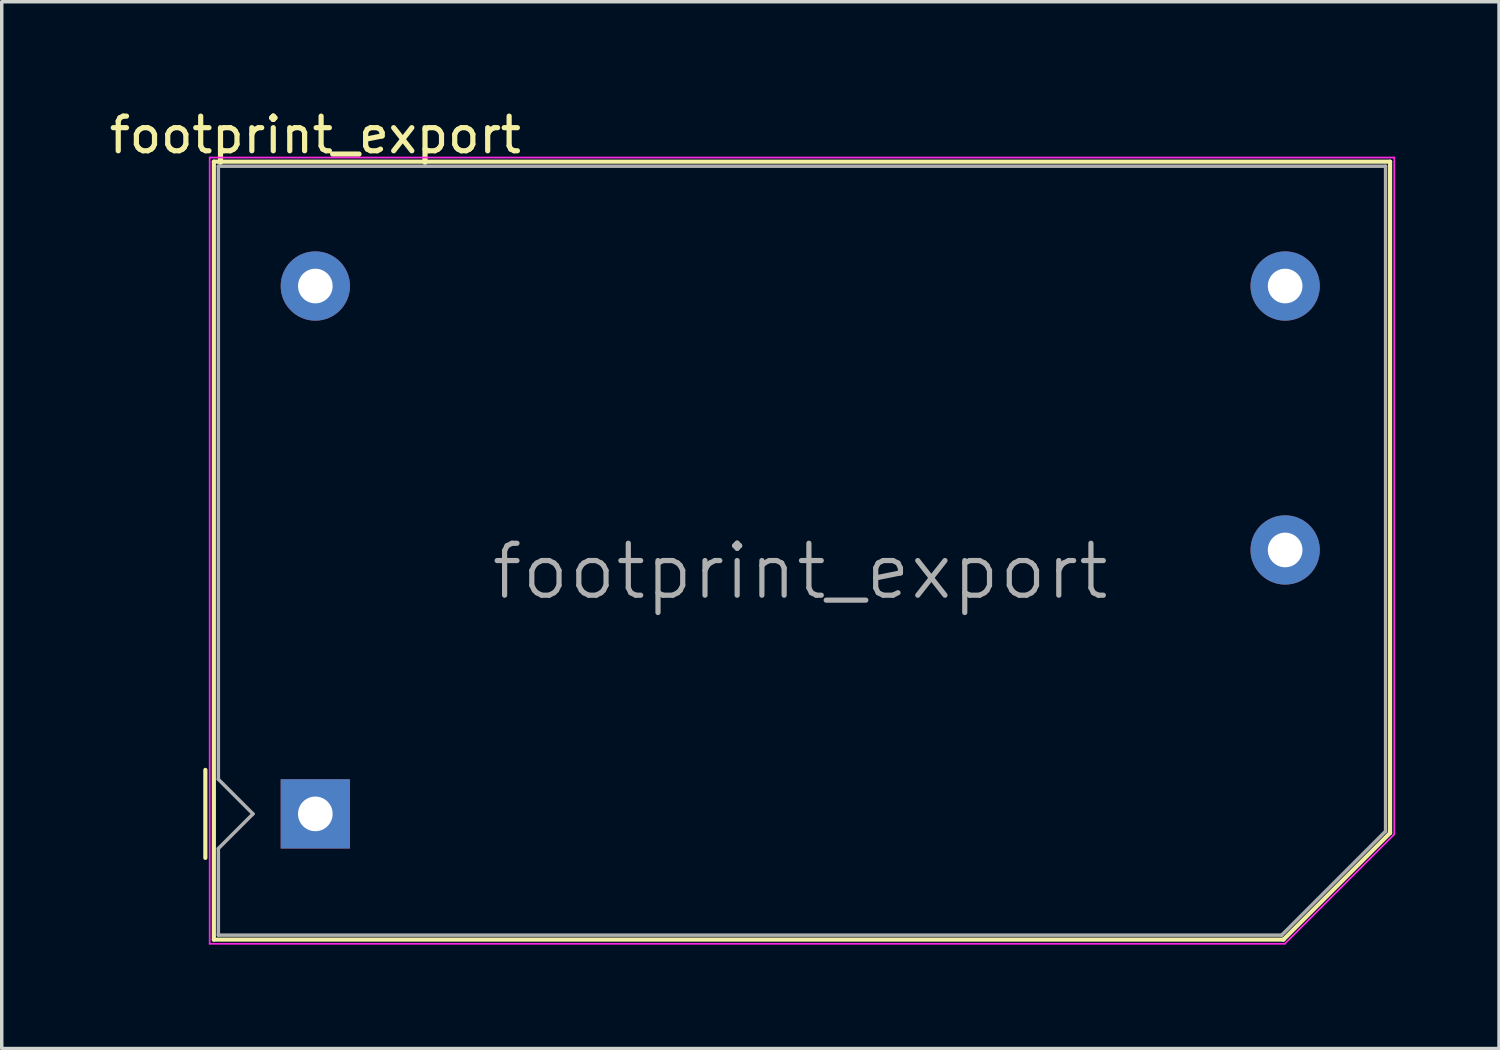
<source format=kicad_pcb>
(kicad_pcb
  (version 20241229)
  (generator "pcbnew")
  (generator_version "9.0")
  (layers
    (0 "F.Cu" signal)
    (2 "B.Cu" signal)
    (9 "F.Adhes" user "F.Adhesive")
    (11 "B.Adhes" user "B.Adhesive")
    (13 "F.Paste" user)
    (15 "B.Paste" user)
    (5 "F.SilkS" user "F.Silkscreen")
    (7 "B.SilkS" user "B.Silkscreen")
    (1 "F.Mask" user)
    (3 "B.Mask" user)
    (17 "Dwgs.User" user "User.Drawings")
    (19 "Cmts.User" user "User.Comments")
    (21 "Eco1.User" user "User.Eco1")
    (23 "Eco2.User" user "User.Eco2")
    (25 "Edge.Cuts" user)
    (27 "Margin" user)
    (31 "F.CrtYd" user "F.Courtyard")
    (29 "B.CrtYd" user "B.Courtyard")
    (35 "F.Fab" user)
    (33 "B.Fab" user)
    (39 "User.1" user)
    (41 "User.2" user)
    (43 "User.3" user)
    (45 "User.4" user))
  (footprint "footprint_export"
    (layer "F.Cu")
    (at 6.054 20.448)
    (property "Reference" "footprint_export" (at 0 -19.6 180) (layer "F.SilkS") (effects (font (size 1 1) (thickness 0.15))))
    (attr through_hole)
    (fp_line (start -3.175 -1.27) (end -3.175 1.27) (stroke (width 0.12) (type solid)) (layer "F.SilkS"))
    (fp_line (start -2.93 -18.83) (end 31.03 -18.83) (stroke (width 0.12) (type solid)) (layer "F.SilkS"))
    (fp_line (start -2.93 3.63) (end -2.93 -18.83) (stroke (width 0.12) (type solid)) (layer "F.SilkS"))
    (fp_line (start 27.95 3.63) (end -2.93 3.63) (stroke (width 0.12) (type solid)) (layer "F.SilkS"))
    (fp_line (start 27.95 3.63) (end 31.03 0.55) (stroke (width 0.12) (type solid)) (layer "F.SilkS"))
    (fp_line (start 31.03 0.55) (end 31.03 -18.83) (stroke (width 0.12) (type solid)) (layer "F.SilkS"))
    (fp_line (start -3.05 -18.95) (end 31.15 -18.95) (stroke (width 0.05) (type solid)) (layer "F.CrtYd"))
    (fp_line (start -3.05 3.75) (end -3.05 -18.95) (stroke (width 0.05) (type solid)) (layer "F.CrtYd"))
    (fp_line (start 27.99 3.75) (end -3.05 3.75) (stroke (width 0.05) (type solid)) (layer "F.CrtYd"))
    (fp_line (start 31.15 -18.95) (end 31.15 0.59) (stroke (width 0.05) (type solid)) (layer "F.CrtYd"))
    (fp_line (start 31.15 0.59) (end 27.99 3.75) (stroke (width 0.05) (type solid)) (layer "F.CrtYd"))
    (fp_line (start -2.8 -18.7) (end 30.9 -18.7) (stroke (width 0.1) (type solid)) (layer "F.Fab"))
    (fp_line (start -2.8 -1) (end -2.8 -18.7) (stroke (width 0.1) (type solid)) (layer "F.Fab"))
    (fp_line (start -2.8 -1) (end -1.8 0) (stroke (width 0.1) (type solid)) (layer "F.Fab"))
    (fp_line (start -2.8 1) (end -2.8 3.5) (stroke (width 0.1) (type solid)) (layer "F.Fab"))
    (fp_line (start -1.8 0) (end -2.8 1) (stroke (width 0.1) (type solid)) (layer "F.Fab"))
    (fp_line (start 27.9 3.5) (end -2.8 3.5) (stroke (width 0.1) (type solid)) (layer "F.Fab"))
    (fp_line (start 27.9 3.5) (end 30.9 0.5) (stroke (width 0.1) (type solid)) (layer "F.Fab"))
    (fp_line (start 30.9 0.5) (end 30.9 -18.7) (stroke (width 0.1) (type solid)) (layer "F.Fab"))
    (fp_text user "${REFERENCE}" (at 14 -7 0) (layer "F.Fab") (effects (font (size 1.5 1.5) (thickness 0.15))))
    (pad "1" thru_hole rect (at 0 0 180) (size 2 2) (drill 1) (layers "*.Cu" "*.Mask"))
    (pad "2" thru_hole circle (at 0 -15.24 180) (size 2 2) (drill 1) (layers "*.Cu" "*.Mask"))
    (pad "3" thru_hole circle (at 28 -15.24 180) (size 2 2) (drill 1) (layers "*.Cu" "*.Mask"))
    (pad "4" thru_hole circle (at 28 -7.62 180) (size 2 2) (drill 1) (layers "*.Cu" "*.Mask")))
  (gr_rect
    (start -3 -3)
    (end 40.229 27.223)
    (stroke (width 0.1) (type default))
    (fill no)
    (layer "Edge.Cuts")))
</source>
